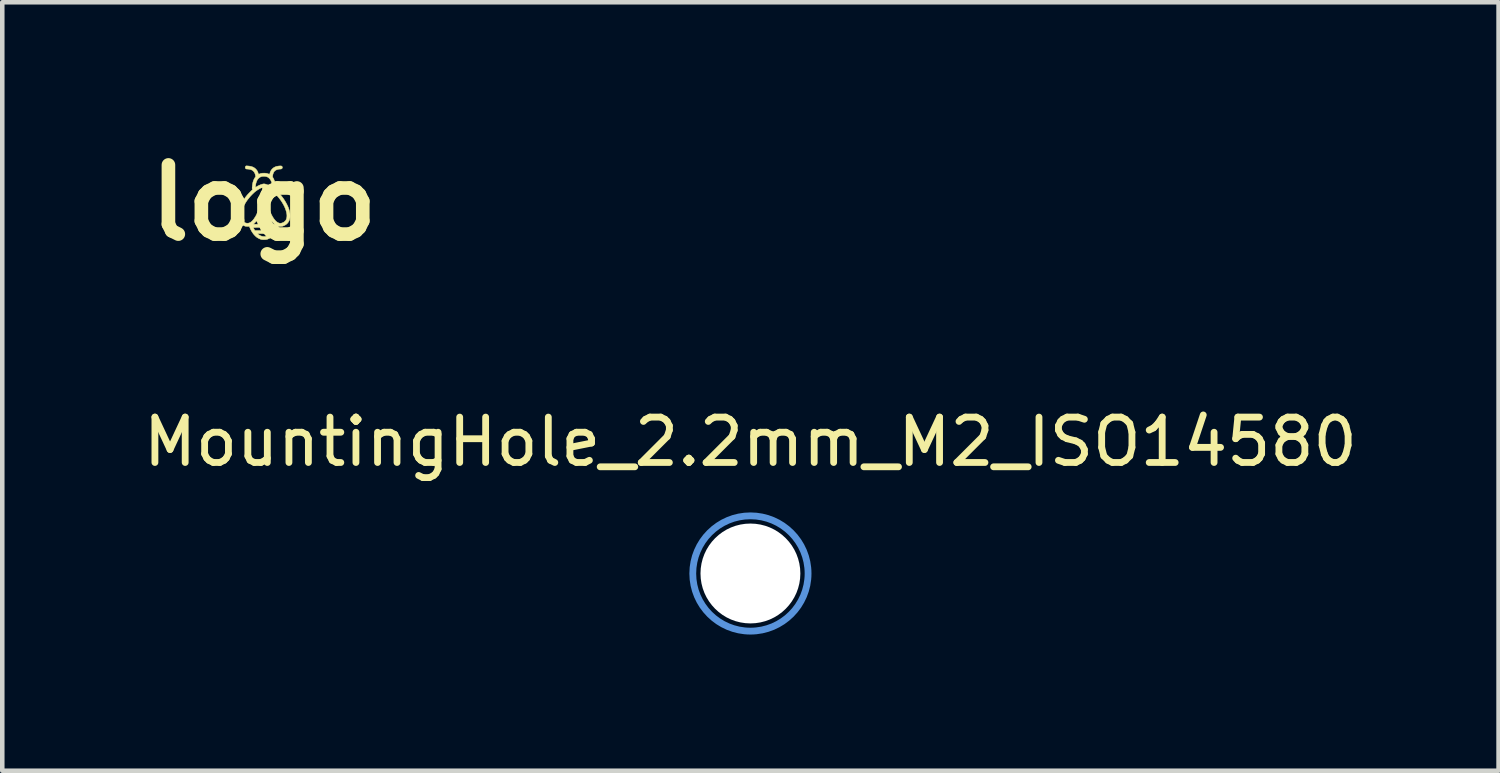
<source format=kicad_pcb>
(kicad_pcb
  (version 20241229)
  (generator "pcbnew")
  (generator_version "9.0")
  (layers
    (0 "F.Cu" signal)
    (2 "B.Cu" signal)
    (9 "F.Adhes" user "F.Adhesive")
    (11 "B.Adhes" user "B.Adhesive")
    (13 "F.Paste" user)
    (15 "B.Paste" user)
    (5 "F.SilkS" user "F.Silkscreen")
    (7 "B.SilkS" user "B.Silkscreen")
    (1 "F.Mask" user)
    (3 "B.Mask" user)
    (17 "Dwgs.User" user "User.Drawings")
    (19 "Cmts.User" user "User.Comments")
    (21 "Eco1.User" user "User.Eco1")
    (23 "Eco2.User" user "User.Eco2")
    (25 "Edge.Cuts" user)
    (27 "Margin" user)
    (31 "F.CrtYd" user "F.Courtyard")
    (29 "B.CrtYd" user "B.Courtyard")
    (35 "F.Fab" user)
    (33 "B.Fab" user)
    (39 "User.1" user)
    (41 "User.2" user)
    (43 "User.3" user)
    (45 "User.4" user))
  (footprint "logo"
    (layer "F.Cu")
    (at 2.765 1.418)
    (property "Reference" "logo" (at 0 0 0) (layer "F.SilkS") (effects (font (size 1.524 1.524) (thickness 0.3))))
    (attr through_hole)
    (fp_poly (pts (xy -0.353 -0.812) (xy -0.31 -0.807) (xy -0.271 -0.798) (xy -0.236 -0.785) (xy -0.205 -0.766) (xy -0.178 -0.743) (xy -0.156 -0.716) (xy -0.138 -0.685) (xy -0.128 -0.656) (xy -0.123 -0.643) (xy -0.12 -0.635) (xy -0.117 -0.631) (xy -0.114 -0.631) (xy -0.114 -0.631) (xy -0.109 -0.633) (xy -0.1 -0.636) (xy -0.088 -0.64) (xy -0.083 -0.642) (xy -0.07 -0.647) (xy -0.058 -0.649) (xy -0.046 -0.651) (xy -0.032 -0.653) (xy -0.014 -0.653) (xy 0.015 -0.654) (xy 0.039 -0.652) (xy 0.06 -0.649) (xy 0.082 -0.643) (xy 0.095 -0.638) (xy 0.107 -0.634) (xy 0.116 -0.63) (xy 0.121 -0.629) (xy 0.122 -0.629) (xy 0.124 -0.631) (xy 0.127 -0.639) (xy 0.13 -0.649) (xy 0.13 -0.65) (xy 0.142 -0.686) (xy 0.159 -0.718) (xy 0.18 -0.745) (xy 0.206 -0.768) (xy 0.235 -0.786) (xy 0.269 -0.8) (xy 0.307 -0.808) (xy 0.342 -0.812) (xy 0.362 -0.813) (xy 0.376 -0.812) (xy 0.387 -0.81) (xy 0.394 -0.806) (xy 0.399 -0.8) (xy 0.401 -0.797) (xy 0.406 -0.784) (xy 0.405 -0.77) (xy 0.399 -0.758) (xy 0.389 -0.749) (xy 0.386 -0.747) (xy 0.376 -0.745) (xy 0.364 -0.743) (xy 0.355 -0.743) (xy 0.327 -0.741) (xy 0.299 -0.734) (xy 0.272 -0.725) (xy 0.25 -0.712) (xy 0.237 -0.702) (xy 0.221 -0.683) (xy 0.208 -0.658) (xy 0.198 -0.63) (xy 0.192 -0.597) (xy 0.192 -0.59) (xy 0.191 -0.578) (xy 0.191 -0.569) (xy 0.193 -0.563) (xy 0.197 -0.556) (xy 0.2 -0.552) (xy 0.214 -0.527) (xy 0.226 -0.498) (xy 0.237 -0.466) (xy 0.246 -0.432) (xy 0.249 -0.416) (xy 0.252 -0.395) (xy 0.254 -0.374) (xy 0.256 -0.354) (xy 0.256 -0.335) (xy 0.256 -0.319) (xy 0.256 -0.307) (xy 0.254 -0.302) (xy 0.253 -0.299) (xy 0.253 -0.296) (xy 0.254 -0.293) (xy 0.257 -0.288) (xy 0.262 -0.282) (xy 0.27 -0.273) (xy 0.282 -0.262) (xy 0.297 -0.246) (xy 0.304 -0.239) (xy 0.335 -0.207) (xy 0.362 -0.178) (xy 0.387 -0.148) (xy 0.41 -0.118) (xy 0.434 -0.085) (xy 0.443 -0.071) (xy 0.478 -0.015) (xy 0.508 0.041) (xy 0.533 0.094) (xy 0.552 0.146) (xy 0.566 0.196) (xy 0.574 0.244) (xy 0.576 0.289) (xy 0.575 0.316) (xy 0.568 0.355) (xy 0.556 0.39) (xy 0.539 0.422) (xy 0.517 0.451) (xy 0.49 0.475) (xy 0.459 0.495) (xy 0.425 0.51) (xy 0.413 0.514) (xy 0.403 0.517) (xy 0.392 0.518) (xy 0.377 0.519) (xy 0.363 0.519) (xy 0.325 0.519) (xy 0.318 0.538) (xy 0.306 0.567) (xy 0.291 0.597) (xy 0.274 0.627) (xy 0.257 0.655) (xy 0.227 0.695) (xy 0.195 0.73) (xy 0.16 0.759) (xy 0.122 0.783) (xy 0.082 0.8) (xy 0.077 0.802) (xy 0.065 0.806) (xy 0.054 0.808) (xy 0.042 0.81) (xy 0.027 0.811) (xy 0.01 0.811) (xy -0.008 0.812) (xy -0.024 0.811) (xy -0.038 0.811) (xy -0.047 0.81) (xy -0.047 0.81) (xy -0.082 0.8) (xy -0.116 0.784) (xy -0.15 0.765) (xy -0.162 0.756) (xy -0.191 0.731) (xy -0.219 0.701) (xy -0.236 0.679) (xy -0.141 0.679) (xy -0.135 0.686) (xy -0.127 0.693) (xy -0.115 0.702) (xy -0.101 0.711) (xy -0.087 0.72) (xy -0.077 0.725) (xy -0.051 0.735) (xy -0.022 0.741) (xy 0.008 0.743) (xy 0.037 0.74) (xy 0.039 0.739) (xy 0.061 0.733) (xy 0.085 0.722) (xy 0.109 0.708) (xy 0.116 0.704) (xy 0.124 0.698) (xy 0.13 0.693) (xy 0.135 0.689) (xy 0.138 0.686) (xy 0.137 0.684) (xy 0.134 0.682) (xy 0.127 0.681) (xy 0.117 0.68) (xy 0.101 0.68) (xy 0.081 0.679) (xy 0.056 0.679) (xy 0.025 0.679) (xy 0.001 0.679) (xy -0.141 0.679) (xy -0.236 0.679) (xy -0.246 0.666) (xy -0.271 0.628) (xy -0.293 0.588) (xy -0.312 0.546) (xy -0.312 0.545) (xy -0.235 0.545) (xy -0.233 0.549) (xy -0.229 0.557) (xy -0.224 0.568) (xy -0.217 0.581) (xy -0.211 0.591) (xy -0.2 0.61) (xy 0.203 0.61) (xy 0.214 0.591) (xy 0.221 0.579) (xy 0.228 0.567) (xy 0.233 0.556) (xy 0.237 0.548) (xy 0.238 0.545) (xy 0.235 0.544) (xy 0.226 0.544) (xy 0.212 0.544) (xy 0.193 0.544) (xy 0.169 0.543) (xy 0.142 0.543) (xy 0.111 0.543) (xy 0.077 0.543) (xy 0.041 0.543) (xy 0.003 0.543) (xy 0.002 0.543) (xy -0.037 0.543) (xy -0.073 0.543) (xy -0.107 0.543) (xy -0.138 0.543) (xy -0.165 0.543) (xy -0.189 0.544) (xy -0.208 0.544) (xy -0.223 0.544) (xy -0.232 0.544) (xy -0.235 0.545) (xy -0.235 0.545) (xy -0.312 0.545) (xy -0.314 0.538) (xy -0.322 0.519) (xy -0.362 0.519) (xy -0.379 0.519) (xy -0.393 0.518) (xy -0.403 0.517) (xy -0.413 0.515) (xy -0.423 0.511) (xy -0.425 0.511) (xy -0.46 0.495) (xy -0.491 0.475) (xy -0.493 0.473) (xy -0.232 0.473) (xy 0.232 0.473) (xy 0.201 0.44) (xy 0.17 0.407) (xy -0.17 0.407) (xy -0.201 0.44) (xy -0.232 0.473) (xy -0.493 0.473) (xy -0.517 0.451) (xy -0.539 0.424) (xy -0.551 0.402) (xy -0.561 0.379) (xy -0.568 0.356) (xy -0.573 0.333) (xy -0.575 0.307) (xy -0.575 0.284) (xy -0.506 0.284) (xy -0.504 0.318) (xy -0.498 0.347) (xy -0.487 0.373) (xy -0.472 0.395) (xy -0.461 0.407) (xy -0.436 0.427) (xy -0.411 0.441) (xy -0.384 0.448) (xy -0.357 0.45) (xy -0.33 0.445) (xy -0.309 0.436) (xy -0.285 0.422) (xy -0.261 0.401) (xy -0.237 0.375) (xy -0.213 0.344) (xy -0.207 0.334) (xy -0.123 0.334) (xy -0.12 0.335) (xy -0.112 0.335) (xy -0.098 0.336) (xy -0.081 0.336) (xy -0.059 0.336) (xy -0.035 0.336) (xy -0.008 0.337) (xy 0 0.337) (xy 0.027 0.336) (xy 0.053 0.336) (xy 0.075 0.336) (xy 0.094 0.336) (xy 0.109 0.335) (xy 0.119 0.335) (xy 0.123 0.334) (xy 0.123 0.334) (xy 0.122 0.33) (xy 0.118 0.322) (xy 0.112 0.311) (xy 0.108 0.303) (xy 0.094 0.273) (xy -0.094 0.273) (xy -0.108 0.303) (xy -0.114 0.315) (xy -0.119 0.325) (xy -0.122 0.332) (xy -0.123 0.334) (xy -0.207 0.334) (xy -0.19 0.308) (xy -0.168 0.268) (xy -0.143 0.211) (xy -0.14 0.203) (xy -0.063 0.203) (xy 0.00038 0.203) (xy 0.023 0.203) (xy 0.04 0.203) (xy 0.051 0.202) (xy 0.059 0.202) (xy 0.062 0.2) (xy 0.062 0.199) (xy 0.061 0.195) (xy 0.058 0.186) (xy 0.053 0.174) (xy 0.051 0.166) (xy 0.041 0.137) (xy -0.04 0.137) (xy -0.052 0.17) (xy -0.063 0.203) (xy -0.14 0.203) (xy -0.119 0.15) (xy -0.098 0.084) (xy -0.092 0.063) (xy -0.018 0.063) (xy -0.017 0.065) (xy -0.012 0.066) (xy -0.000338 0.067) (xy -0.000107 0.067) (xy 0.011 0.066) (xy 0.017 0.065) (xy 0.018 0.063) (xy 0.017 0.058) (xy 0.015 0.049) (xy 0.012 0.036) (xy 0.01 0.026) (xy 0.006 0.013) (xy 0.003 0.002) (xy 0.001 -0.005) (xy 0.000155 -0.006) (xy -0.001 -0.003) (xy -0.004 0.004) (xy -0.007 0.016) (xy -0.009 0.026) (xy -0.012 0.04) (xy -0.015 0.052) (xy -0.017 0.06) (xy -0.018 0.063) (xy -0.092 0.063) (xy -0.079 0.016) (xy -0.063 -0.054) (xy -0.051 -0.124) (xy -0.042 -0.194) (xy -0.037 -0.262) (xy -0.036 -0.279) (xy -0.034 -0.337) (xy -0.043 -0.335) (xy -0.054 -0.331) (xy -0.07 -0.325) (xy -0.087 -0.316) (xy -0.105 -0.307) (xy -0.123 -0.296) (xy -0.133 -0.29) (xy -0.16 -0.271) (xy -0.186 -0.252) (xy -0.212 -0.231) (xy -0.238 -0.206) (xy -0.259 -0.186) (xy -0.301 -0.142) (xy -0.339 -0.096) (xy -0.375 -0.049) (xy -0.406 -0.001) (xy -0.434 0.048) (xy -0.458 0.096) (xy -0.477 0.143) (xy -0.491 0.189) (xy -0.501 0.233) (xy -0.505 0.275) (xy -0.506 0.284) (xy -0.575 0.284) (xy -0.575 0.284) (xy -0.572 0.237) (xy -0.563 0.187) (xy -0.548 0.135) (xy -0.528 0.082) (xy -0.501 0.027) (xy -0.469 -0.03) (xy -0.443 -0.071) (xy -0.419 -0.106) (xy -0.396 -0.137) (xy -0.372 -0.167) (xy -0.345 -0.197) (xy -0.315 -0.228) (xy -0.304 -0.239) (xy -0.251 -0.292) (xy -0.256 -0.302) (xy -0.258 -0.308) (xy -0.26 -0.316) (xy -0.26 -0.326) (xy -0.259 -0.338) (xy -0.188 -0.338) (xy -0.186 -0.34) (xy 0.034 -0.34) (xy 0.036 -0.282) (xy 0.041 -0.208) (xy 0.05 -0.133) (xy 0.063 -0.057) (xy 0.079 0.017) (xy 0.099 0.09) (xy 0.123 0.159) (xy 0.149 0.225) (xy 0.171 0.272) (xy 0.192 0.31) (xy 0.214 0.345) (xy 0.237 0.375) (xy 0.26 0.401) (xy 0.283 0.421) (xy 0.306 0.435) (xy 0.308 0.436) (xy 0.329 0.445) (xy 0.347 0.45) (xy 0.365 0.451) (xy 0.383 0.448) (xy 0.391 0.446) (xy 0.416 0.437) (xy 0.44 0.424) (xy 0.461 0.407) (xy 0.478 0.389) (xy 0.484 0.379) (xy 0.496 0.353) (xy 0.503 0.322) (xy 0.506 0.289) (xy 0.504 0.252) (xy 0.497 0.213) (xy 0.486 0.172) (xy 0.471 0.129) (xy 0.453 0.085) (xy 0.43 0.04) (xy 0.403 -0.006) (xy 0.373 -0.052) (xy 0.339 -0.097) (xy 0.332 -0.106) (xy 0.292 -0.153) (xy 0.25 -0.195) (xy 0.208 -0.234) (xy 0.165 -0.268) (xy 0.122 -0.297) (xy 0.08 -0.32) (xy 0.054 -0.331) (xy 0.034 -0.34) (xy -0.186 -0.34) (xy -0.179 -0.344) (xy -0.172 -0.349) (xy -0.161 -0.355) (xy -0.149 -0.363) (xy -0.148 -0.364) (xy -0.123 -0.377) (xy -0.097 -0.389) (xy -0.072 -0.4) (xy -0.047 -0.408) (xy -0.025 -0.414) (xy -0.006 -0.417) (xy 0.007 -0.417) (xy 0.033 -0.412) (xy 0.062 -0.403) (xy 0.093 -0.391) (xy 0.126 -0.376) (xy 0.158 -0.358) (xy 0.178 -0.345) (xy 0.187 -0.339) (xy 0.185 -0.356) (xy 0.18 -0.399) (xy 0.173 -0.436) (xy 0.163 -0.468) (xy 0.15 -0.496) (xy 0.135 -0.519) (xy 0.119 -0.538) (xy 0.097 -0.557) (xy 0.073 -0.571) (xy 0.046 -0.579) (xy 0.015 -0.584) (xy -0.003 -0.584) (xy -0.036 -0.582) (xy -0.066 -0.574) (xy -0.093 -0.561) (xy -0.117 -0.542) (xy -0.122 -0.537) (xy -0.139 -0.517) (xy -0.154 -0.491) (xy -0.166 -0.462) (xy -0.176 -0.43) (xy -0.183 -0.396) (xy -0.186 -0.368) (xy -0.188 -0.338) (xy -0.259 -0.338) (xy -0.259 -0.342) (xy -0.259 -0.346) (xy -0.254 -0.396) (xy -0.246 -0.442) (xy -0.234 -0.483) (xy -0.219 -0.519) (xy -0.201 -0.551) (xy -0.198 -0.555) (xy -0.183 -0.576) (xy -0.188 -0.605) (xy -0.196 -0.638) (xy -0.209 -0.666) (xy -0.226 -0.69) (xy -0.247 -0.71) (xy -0.273 -0.725) (xy -0.303 -0.735) (xy -0.315 -0.737) (xy -0.33 -0.74) (xy -0.347 -0.742) (xy -0.358 -0.743) (xy -0.374 -0.744) (xy -0.385 -0.745) (xy -0.392 -0.746) (xy -0.397 -0.749) (xy -0.401 -0.752) (xy -0.404 -0.755) (xy -0.411 -0.768) (xy -0.413 -0.782) (xy -0.41 -0.795) (xy -0.403 -0.804) (xy -0.393 -0.814) (xy -0.353 -0.812)) (stroke (width 0.01) (type solid)) (fill yes) (layer "F.SilkS")))
  (footprint "MountingHole_2.2mm_M2_ISO14580"
    (layer "F.Cu")
    (at 13.482 9.584)
    (property "Reference" "MountingHole_2.2mm_M2_ISO14580" (at 0 -2.9 0) (layer "F.SilkS") (effects (font (size 1 1) (thickness 0.15))))
    (attr through_hole)
    (fp_circle (center 0 0) (end 1.27 0) (stroke (width 0.15) (type solid)) (fill no) (layer "Cmts.User"))
    (fp_circle (center 0 0) (end 1.27 0) (stroke (width 0.05) (type solid)) (fill no) (layer "F.CrtYd"))
    (pad "" np_thru_hole circle (at 0 0) (size 2.2 2.2) (drill 2.2) (layers "*.Cu" "*.Mask")))
  (gr_rect
    (start -3 -3)
    (end 29.964 13.929)
    (stroke (width 0.1) (type default))
    (fill no)
    (layer "Edge.Cuts")))
</source>
